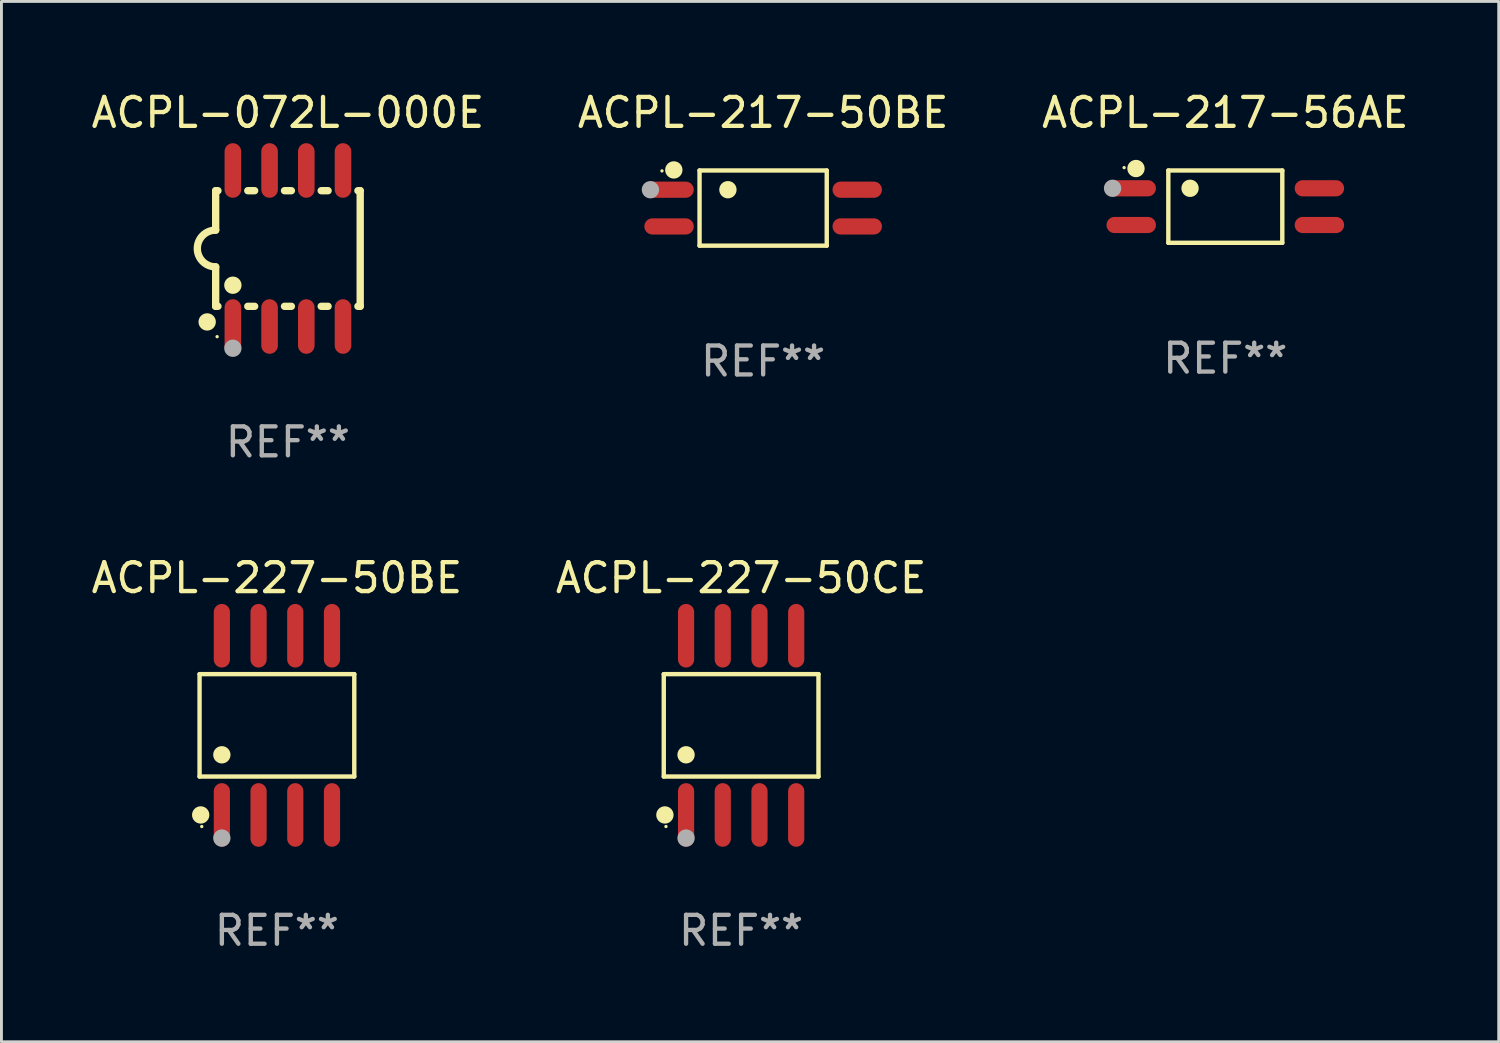
<source format=kicad_pcb>
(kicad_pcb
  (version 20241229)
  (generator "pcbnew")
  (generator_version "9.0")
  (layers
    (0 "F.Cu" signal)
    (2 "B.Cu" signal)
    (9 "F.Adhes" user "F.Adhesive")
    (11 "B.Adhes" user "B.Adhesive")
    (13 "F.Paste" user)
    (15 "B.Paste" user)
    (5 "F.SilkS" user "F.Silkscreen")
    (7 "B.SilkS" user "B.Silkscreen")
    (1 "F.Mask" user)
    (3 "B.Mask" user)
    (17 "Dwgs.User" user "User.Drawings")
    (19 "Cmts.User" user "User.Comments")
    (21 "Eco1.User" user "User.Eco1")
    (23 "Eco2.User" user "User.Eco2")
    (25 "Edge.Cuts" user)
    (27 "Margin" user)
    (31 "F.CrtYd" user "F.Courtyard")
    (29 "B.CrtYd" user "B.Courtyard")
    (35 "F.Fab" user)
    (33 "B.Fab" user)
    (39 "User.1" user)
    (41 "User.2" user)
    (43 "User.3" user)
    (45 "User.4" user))
  (footprint "ACPL-072L-000E"
    (layer "F.Cu")
    (at 6.911 5.547)
    (property "Reference" "ACPL-072L-000E" (at 0 -4.699 0) (layer "F.SilkS") (effects (font (size 1 1) (thickness 0.15))))
    (attr through_hole)
    (fp_line (start -2.5 -2) (end -2.5 -0.635) (stroke (width 0.254) (type solid)) (layer "F.SilkS"))
    (fp_line (start -2.5 -2) (end -2.421 -2) (stroke (width 0.254) (type solid)) (layer "F.SilkS"))
    (fp_line (start -2.5 2) (end -2.5 0.635) (stroke (width 0.254) (type solid)) (layer "F.SilkS"))
    (fp_line (start -2.5 2) (end -2.421 2) (stroke (width 0.254) (type solid)) (layer "F.SilkS"))
    (fp_line (start -1.389 -2) (end -1.151 -2) (stroke (width 0.254) (type solid)) (layer "F.SilkS"))
    (fp_line (start -1.389 2) (end -1.151 2) (stroke (width 0.254) (type solid)) (layer "F.SilkS"))
    (fp_line (start -0.119 -2) (end 0.119 -2) (stroke (width 0.254) (type solid)) (layer "F.SilkS"))
    (fp_line (start -0.119 2) (end 0.119 2) (stroke (width 0.254) (type solid)) (layer "F.SilkS"))
    (fp_line (start 1.151 -2) (end 1.389 -2) (stroke (width 0.254) (type solid)) (layer "F.SilkS"))
    (fp_line (start 1.151 2) (end 1.389 2) (stroke (width 0.254) (type solid)) (layer "F.SilkS"))
    (fp_line (start 2.421 -2) (end 2.5 -2) (stroke (width 0.254) (type solid)) (layer "F.SilkS"))
    (fp_line (start 2.421 2) (end 2.5 2) (stroke (width 0.254) (type solid)) (layer "F.SilkS"))
    (fp_line (start 2.5 -2) (end 2.5 2) (stroke (width 0.254) (type solid)) (layer "F.SilkS"))
    (fp_arc (start -2.5 0.635001) (mid -3.134366 -0.000318) (end -2.499365 -0.635001) (stroke (width 0.254001) (type solid)) (layer "F.SilkS"))
    (fp_circle (center -2.794 2.54) (end -2.644 2.54) (stroke (width 0.3) (type solid)) (fill no) (layer "F.SilkS"))
    (fp_circle (center -2.45 3.05) (end -2.42 3.05) (stroke (width 0.06) (type solid)) (fill no) (layer "F.SilkS"))
    (fp_circle (center -1.905 1.27) (end -1.755 1.27) (stroke (width 0.3) (type solid)) (fill no) (layer "F.SilkS"))
    (fp_circle (center -1.905 3.45) (end -1.755 3.45) (stroke (width 0.3) (type solid)) (fill no) (layer "F.Fab"))
    (fp_text user "REF**" (at 0 6.699 0) (layer "F.Fab") (effects (font (size 1 1) (thickness 0.15))))
    (pad "1" smd oval (at -1.905 2.699) (size 0.574 1.888) (layers "F.Cu" "F.Mask" "F.Paste"))
    (pad "2" smd oval (at -0.635 2.699) (size 0.574 1.888) (layers "F.Cu" "F.Mask" "F.Paste"))
    (pad "3" smd oval (at 0.635 2.699) (size 0.574 1.888) (layers "F.Cu" "F.Mask" "F.Paste"))
    (pad "4" smd oval (at 1.905 2.699) (size 0.574 1.888) (layers "F.Cu" "F.Mask" "F.Paste"))
    (pad "5" smd oval (at 1.905 -2.699) (size 0.574 1.888) (layers "F.Cu" "F.Mask" "F.Paste"))
    (pad "6" smd oval (at 0.635 -2.699) (size 0.574 1.888) (layers "F.Cu" "F.Mask" "F.Paste"))
    (pad "7" smd oval (at -0.635 -2.699) (size 0.574 1.888) (layers "F.Cu" "F.Mask" "F.Paste"))
    (pad "8" smd oval (at -1.905 -2.699) (size 0.574 1.888) (layers "F.Cu" "F.Mask" "F.Paste")))
  (footprint "ACPL-227-50CE"
    (layer "F.Cu")
    (at 22.589 22.043)
    (property "Reference" "ACPL-227-50CE" (at 0 -5.1 0) (layer "F.SilkS") (effects (font (size 1 1) (thickness 0.15))))
    (attr through_hole)
    (fp_line (start -2.676 -1.771) (end 2.676 -1.771) (stroke (width 0.152) (type solid)) (layer "F.SilkS"))
    (fp_line (start -2.676 1.771) (end -2.676 -1.771) (stroke (width 0.152) (type solid)) (layer "F.SilkS"))
    (fp_line (start 2.676 -1.771) (end 2.676 1.771) (stroke (width 0.152) (type solid)) (layer "F.SilkS"))
    (fp_line (start 2.676 1.771) (end -2.676 1.771) (stroke (width 0.152) (type solid)) (layer "F.SilkS"))
    (fp_circle (center -2.637 3.1) (end -2.487 3.1) (stroke (width 0.3) (type solid)) (fill no) (layer "F.SilkS"))
    (fp_circle (center -2.6 3.5) (end -2.57 3.5) (stroke (width 0.06) (type solid)) (fill no) (layer "F.SilkS"))
    (fp_circle (center -1.905 1.019) (end -1.755 1.019) (stroke (width 0.3) (type solid)) (fill no) (layer "F.SilkS"))
    (fp_circle (center -1.905 3.9) (end -1.755 3.9) (stroke (width 0.3) (type solid)) (fill no) (layer "F.Fab"))
    (fp_text user "REF**" (at 0 7.1 0) (layer "F.Fab") (effects (font (size 1 1) (thickness 0.15))))
    (pad "1" smd oval (at -1.905 3.1) (size 0.56 2.2) (layers "F.Cu" "F.Mask" "F.Paste"))
    (pad "2" smd oval (at -0.635 3.1) (size 0.56 2.2) (layers "F.Cu" "F.Mask" "F.Paste"))
    (pad "3" smd oval (at 0.635 3.1) (size 0.56 2.2) (layers "F.Cu" "F.Mask" "F.Paste"))
    (pad "4" smd oval (at 1.905 3.1) (size 0.56 2.2) (layers "F.Cu" "F.Mask" "F.Paste"))
    (pad "5" smd oval (at 1.905 -3.1) (size 0.56 2.2) (layers "F.Cu" "F.Mask" "F.Paste"))
    (pad "6" smd oval (at 0.635 -3.1) (size 0.56 2.2) (layers "F.Cu" "F.Mask" "F.Paste"))
    (pad "7" smd oval (at -0.635 -3.1) (size 0.56 2.2) (layers "F.Cu" "F.Mask" "F.Paste"))
    (pad "8" smd oval (at -1.905 -3.1) (size 0.56 2.2) (layers "F.Cu" "F.Mask" "F.Paste")))
  (footprint "ACPL-217-50BE"
    (layer "F.Cu")
    (at 23.351 4.148)
    (property "Reference" "ACPL-217-50BE" (at 0 -3.3 0) (layer "F.SilkS") (effects (font (size 1 1) (thickness 0.15))))
    (attr through_hole)
    (fp_line (start -2.2 -1.3) (end 2.2 -1.3) (stroke (width 0.152) (type solid)) (layer "F.SilkS"))
    (fp_line (start -2.2 1.3) (end -2.2 -1.3) (stroke (width 0.152) (type solid)) (layer "F.SilkS"))
    (fp_line (start 2.2 -1.3) (end 2.2 1.3) (stroke (width 0.152) (type solid)) (layer "F.SilkS"))
    (fp_line (start 2.2 1.3) (end -2.2 1.3) (stroke (width 0.152) (type solid)) (layer "F.SilkS"))
    (fp_circle (center -3.5 -1.285) (end -3.47 -1.285) (stroke (width 0.06) (type solid)) (fill no) (layer "F.SilkS"))
    (fp_circle (center -3.09 -1.319) (end -2.94 -1.319) (stroke (width 0.3) (type solid)) (fill no) (layer "F.SilkS"))
    (fp_circle (center -1.219 -0.635) (end -1.069 -0.635) (stroke (width 0.3) (type solid)) (fill no) (layer "F.SilkS"))
    (fp_circle (center -3.9 -0.635) (end -3.75 -0.635) (stroke (width 0.3) (type solid)) (fill no) (layer "F.Fab"))
    (fp_text user "REF**" (at 0 5.3 0) (layer "F.Fab") (effects (font (size 1 1) (thickness 0.15))))
    (pad "1" smd oval (at -3.255 -0.635 270) (size 0.56 1.71) (layers "F.Cu" "F.Mask" "F.Paste"))
    (pad "2" smd oval (at -3.255 0.635 270) (size 0.56 1.71) (layers "F.Cu" "F.Mask" "F.Paste"))
    (pad "3" smd oval (at 3.255 0.635 270) (size 0.56 1.71) (layers "F.Cu" "F.Mask" "F.Paste"))
    (pad "4" smd oval (at 3.255 -0.635 270) (size 0.56 1.71) (layers "F.Cu" "F.Mask" "F.Paste")))
  (footprint "ACPL-217-56AE"
    (layer "F.Cu")
    (at 39.339 4.099)
    (property "Reference" "ACPL-217-56AE" (at 0 -3.251 0) (layer "F.SilkS") (effects (font (size 1 1) (thickness 0.15))))
    (attr through_hole)
    (fp_line (start -1.971 -1.251) (end 1.972 -1.251) (stroke (width 0.152) (type solid)) (layer "F.SilkS"))
    (fp_line (start -1.971 1.251) (end -1.971 -1.251) (stroke (width 0.152) (type solid)) (layer "F.SilkS"))
    (fp_line (start 1.972 -1.251) (end 1.972 1.251) (stroke (width 0.152) (type solid)) (layer "F.SilkS"))
    (fp_line (start 1.972 1.251) (end -1.971 1.251) (stroke (width 0.152) (type solid)) (layer "F.SilkS"))
    (fp_circle (center -3.5 -1.35) (end -3.47 -1.35) (stroke (width 0.06) (type solid)) (fill no) (layer "F.SilkS"))
    (fp_circle (center -3.09 -1.319) (end -2.94 -1.319) (stroke (width 0.3) (type solid)) (fill no) (layer "F.SilkS"))
    (fp_circle (center -1.219 -0.635) (end -1.069 -0.635) (stroke (width 0.3) (type solid)) (fill no) (layer "F.SilkS"))
    (fp_circle (center -3.9 -0.635) (end -3.75 -0.635) (stroke (width 0.3) (type solid)) (fill no) (layer "F.Fab"))
    (fp_text user "REF**" (at 0 5.251 0) (layer "F.Fab") (effects (font (size 1 1) (thickness 0.15))))
    (pad "1" smd oval (at -3.255 -0.635 270) (size 0.56 1.71) (layers "F.Cu" "F.Mask" "F.Paste"))
    (pad "2" smd oval (at -3.255 0.635 270) (size 0.56 1.71) (layers "F.Cu" "F.Mask" "F.Paste"))
    (pad "3" smd oval (at 3.255 0.635 270) (size 0.56 1.71) (layers "F.Cu" "F.Mask" "F.Paste"))
    (pad "4" smd oval (at 3.255 -0.635 270) (size 0.56 1.71) (layers "F.Cu" "F.Mask" "F.Paste")))
  (footprint "ACPL-227-50BE"
    (layer "F.Cu")
    (at 6.53 22.043)
    (property "Reference" "ACPL-227-50BE" (at 0 -5.1 0) (layer "F.SilkS") (effects (font (size 1 1) (thickness 0.15))))
    (attr through_hole)
    (fp_line (start -2.676 -1.771) (end 2.676 -1.771) (stroke (width 0.152) (type solid)) (layer "F.SilkS"))
    (fp_line (start -2.676 1.771) (end -2.676 -1.771) (stroke (width 0.152) (type solid)) (layer "F.SilkS"))
    (fp_line (start 2.676 -1.771) (end 2.676 1.771) (stroke (width 0.152) (type solid)) (layer "F.SilkS"))
    (fp_line (start 2.676 1.771) (end -2.676 1.771) (stroke (width 0.152) (type solid)) (layer "F.SilkS"))
    (fp_circle (center -2.637 3.1) (end -2.487 3.1) (stroke (width 0.3) (type solid)) (fill no) (layer "F.SilkS"))
    (fp_circle (center -2.6 3.5) (end -2.57 3.5) (stroke (width 0.06) (type solid)) (fill no) (layer "F.SilkS"))
    (fp_circle (center -1.905 1.019) (end -1.755 1.019) (stroke (width 0.3) (type solid)) (fill no) (layer "F.SilkS"))
    (fp_circle (center -1.905 3.9) (end -1.755 3.9) (stroke (width 0.3) (type solid)) (fill no) (layer "F.Fab"))
    (fp_text user "REF**" (at 0 7.1 0) (layer "F.Fab") (effects (font (size 1 1) (thickness 0.15))))
    (pad "1" smd oval (at -1.905 3.1) (size 0.56 2.2) (layers "F.Cu" "F.Mask" "F.Paste"))
    (pad "2" smd oval (at -0.635 3.1) (size 0.56 2.2) (layers "F.Cu" "F.Mask" "F.Paste"))
    (pad "3" smd oval (at 0.635 3.1) (size 0.56 2.2) (layers "F.Cu" "F.Mask" "F.Paste"))
    (pad "4" smd oval (at 1.905 3.1) (size 0.56 2.2) (layers "F.Cu" "F.Mask" "F.Paste"))
    (pad "5" smd oval (at 1.905 -3.1) (size 0.56 2.2) (layers "F.Cu" "F.Mask" "F.Paste"))
    (pad "6" smd oval (at 0.635 -3.1) (size 0.56 2.2) (layers "F.Cu" "F.Mask" "F.Paste"))
    (pad "7" smd oval (at -0.635 -3.1) (size 0.56 2.2) (layers "F.Cu" "F.Mask" "F.Paste"))
    (pad "8" smd oval (at -1.905 -3.1) (size 0.56 2.2) (layers "F.Cu" "F.Mask" "F.Paste")))
  (gr_rect
    (start -3 -3)
    (end 48.798 32.991)
    (stroke (width 0.1) (type default))
    (fill no)
    (layer "Edge.Cuts")))
</source>
